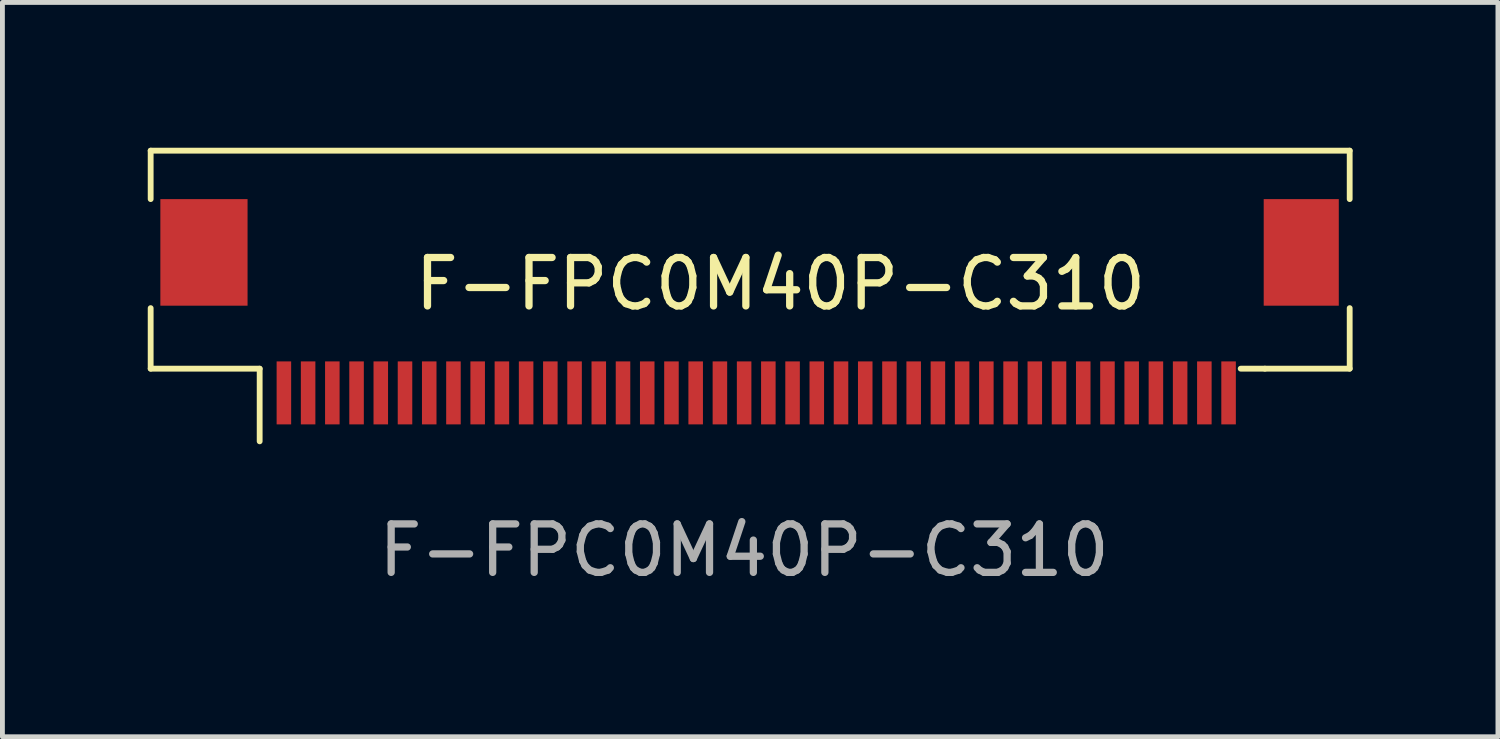
<source format=kicad_pcb>
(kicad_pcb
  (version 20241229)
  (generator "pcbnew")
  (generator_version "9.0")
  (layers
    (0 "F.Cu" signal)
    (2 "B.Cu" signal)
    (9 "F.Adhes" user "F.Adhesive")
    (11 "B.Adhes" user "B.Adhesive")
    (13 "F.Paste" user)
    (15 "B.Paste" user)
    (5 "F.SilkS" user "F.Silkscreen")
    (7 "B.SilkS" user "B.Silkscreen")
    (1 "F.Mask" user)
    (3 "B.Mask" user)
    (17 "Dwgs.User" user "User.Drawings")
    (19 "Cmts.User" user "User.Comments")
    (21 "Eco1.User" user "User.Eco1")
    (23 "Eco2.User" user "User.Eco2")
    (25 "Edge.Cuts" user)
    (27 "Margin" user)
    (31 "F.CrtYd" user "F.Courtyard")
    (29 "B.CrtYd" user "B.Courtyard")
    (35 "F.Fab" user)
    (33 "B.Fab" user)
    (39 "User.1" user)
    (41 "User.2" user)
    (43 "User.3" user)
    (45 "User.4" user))
  (footprint "F-FPC0M40P-C310"
    (layer "F.Cu")
    (at 12.56 2.81)
    (property "Reference" "F-FPC0M40P-C310" (at 0.5 0 0) (unlocked yes) (layer "F.SilkS") (effects (font (size 1 1) (thickness 0.15))))
    (attr smd)
    (fp_line (start -12.5 -2.75) (end -12.5 -1.75) (stroke (width 0.12) (type default)) (layer "F.SilkS"))
    (fp_line (start -12.5 0.5) (end -12.5 1.75) (stroke (width 0.12) (type default)) (layer "F.SilkS"))
    (fp_line (start -12.5 1.75) (end -10.25 1.75) (stroke (width 0.12) (type default)) (layer "F.SilkS"))
    (fp_line (start -10.25 1.75) (end -10.25 3.25) (stroke (width 0.12) (type default)) (layer "F.SilkS"))
    (fp_line (start 10 1.75) (end 10.5 1.75) (stroke (width 0.12) (type default)) (layer "F.SilkS"))
    (fp_line (start 10.5 1.75) (end 12.25 1.75) (stroke (width 0.12) (type default)) (layer "F.SilkS"))
    (fp_line (start 12.25 -2.75) (end -12.5 -2.75) (stroke (width 0.12) (type default)) (layer "F.SilkS"))
    (fp_line (start 12.25 -1.75) (end 12.25 -2.75) (stroke (width 0.12) (type default)) (layer "F.SilkS"))
    (fp_line (start 12.25 1.75) (end 12.25 0.5) (stroke (width 0.12) (type default)) (layer "F.SilkS"))
    (fp_text user "${REFERENCE}" (at -0.25 5.5 0) (unlocked yes) (layer "F.Fab") (effects (font (size 1 1) (thickness 0.15))))
    (pad "1" smd rect (at -9.75 2.25) (size 0.3 1.3) (layers "F.Cu" "F.Mask" "F.Paste"))
    (pad "2" smd rect (at -9.25 2.25) (size 0.3 1.3) (layers "F.Cu" "F.Mask" "F.Paste"))
    (pad "3" smd rect (at -8.75 2.25) (size 0.3 1.3) (layers "F.Cu" "F.Mask" "F.Paste"))
    (pad "4" smd rect (at -8.25 2.25) (size 0.3 1.3) (layers "F.Cu" "F.Mask" "F.Paste"))
    (pad "5" smd rect (at -7.75 2.25) (size 0.3 1.3) (layers "F.Cu" "F.Mask" "F.Paste"))
    (pad "6" smd rect (at -7.25 2.25) (size 0.3 1.3) (layers "F.Cu" "F.Mask" "F.Paste"))
    (pad "7" smd rect (at -6.75 2.25) (size 0.3 1.3) (layers "F.Cu" "F.Mask" "F.Paste"))
    (pad "8" smd rect (at -6.25 2.25) (size 0.3 1.3) (layers "F.Cu" "F.Mask" "F.Paste"))
    (pad "9" smd rect (at -5.75 2.25) (size 0.3 1.3) (layers "F.Cu" "F.Mask" "F.Paste"))
    (pad "10" smd rect (at -5.25 2.25) (size 0.3 1.3) (layers "F.Cu" "F.Mask" "F.Paste"))
    (pad "11" smd rect (at -4.75 2.25) (size 0.3 1.3) (layers "F.Cu" "F.Mask" "F.Paste"))
    (pad "12" smd rect (at -4.25 2.25) (size 0.3 1.3) (layers "F.Cu" "F.Mask" "F.Paste"))
    (pad "13" smd rect (at -3.75 2.25) (size 0.3 1.3) (layers "F.Cu" "F.Mask" "F.Paste"))
    (pad "14" smd rect (at -3.25 2.25) (size 0.3 1.3) (layers "F.Cu" "F.Mask" "F.Paste"))
    (pad "15" smd rect (at -2.75 2.25) (size 0.3 1.3) (layers "F.Cu" "F.Mask" "F.Paste"))
    (pad "16" smd rect (at -2.25 2.25) (size 0.3 1.3) (layers "F.Cu" "F.Mask" "F.Paste"))
    (pad "17" smd rect (at -1.75 2.25) (size 0.3 1.3) (layers "F.Cu" "F.Mask" "F.Paste"))
    (pad "18" smd rect (at -1.25 2.25) (size 0.3 1.3) (layers "F.Cu" "F.Mask" "F.Paste"))
    (pad "19" smd rect (at -0.75 2.25) (size 0.3 1.3) (layers "F.Cu" "F.Mask" "F.Paste"))
    (pad "20" smd rect (at -0.25 2.25) (size 0.3 1.3) (layers "F.Cu" "F.Mask" "F.Paste"))
    (pad "21" smd rect (at 0.25 2.25) (size 0.3 1.3) (layers "F.Cu" "F.Mask" "F.Paste"))
    (pad "22" smd rect (at 0.75 2.25) (size 0.3 1.3) (layers "F.Cu" "F.Mask" "F.Paste"))
    (pad "23" smd rect (at 1.25 2.25) (size 0.3 1.3) (layers "F.Cu" "F.Mask" "F.Paste"))
    (pad "24" smd rect (at 1.75 2.25) (size 0.3 1.3) (layers "F.Cu" "F.Mask" "F.Paste"))
    (pad "25" smd rect (at 2.25 2.25) (size 0.3 1.3) (layers "F.Cu" "F.Mask" "F.Paste"))
    (pad "26" smd rect (at 2.75 2.25) (size 0.3 1.3) (layers "F.Cu" "F.Mask" "F.Paste"))
    (pad "27" smd rect (at 3.25 2.25) (size 0.3 1.3) (layers "F.Cu" "F.Mask" "F.Paste"))
    (pad "28" smd rect (at 3.75 2.25) (size 0.3 1.3) (layers "F.Cu" "F.Mask" "F.Paste"))
    (pad "29" smd rect (at 4.25 2.25) (size 0.3 1.3) (layers "F.Cu" "F.Mask" "F.Paste"))
    (pad "30" smd rect (at 4.75 2.25) (size 0.3 1.3) (layers "F.Cu" "F.Mask" "F.Paste"))
    (pad "31" smd rect (at 5.25 2.25) (size 0.3 1.3) (layers "F.Cu" "F.Mask" "F.Paste"))
    (pad "32" smd rect (at 5.75 2.25) (size 0.3 1.3) (layers "F.Cu" "F.Mask" "F.Paste"))
    (pad "33" smd rect (at 6.25 2.25) (size 0.3 1.3) (layers "F.Cu" "F.Mask" "F.Paste"))
    (pad "34" smd rect (at 6.75 2.25) (size 0.3 1.3) (layers "F.Cu" "F.Mask" "F.Paste"))
    (pad "35" smd rect (at 7.25 2.25) (size 0.3 1.3) (layers "F.Cu" "F.Mask" "F.Paste"))
    (pad "36" smd rect (at 7.75 2.25) (size 0.3 1.3) (layers "F.Cu" "F.Mask" "F.Paste"))
    (pad "37" smd rect (at 8.25 2.25) (size 0.3 1.3) (layers "F.Cu" "F.Mask" "F.Paste"))
    (pad "38" smd rect (at 8.75 2.25) (size 0.3 1.3) (layers "F.Cu" "F.Mask" "F.Paste"))
    (pad "39" smd rect (at 9.25 2.25) (size 0.3 1.3) (layers "F.Cu" "F.Mask" "F.Paste"))
    (pad "40" smd rect (at 9.75 2.25) (size 0.3 1.3) (layers "F.Cu" "F.Mask" "F.Paste"))
    (pad "MP" smd rect (at -11.4 -0.65) (size 1.8 2.2) (layers "F.Cu" "F.Mask" "F.Paste"))
    (pad "MP" smd rect (at 11.25 -0.65) (size 1.55 2.2) (layers "F.Cu" "F.Mask" "F.Paste")))
  (gr_rect
    (start -3 -3)
    (end 27.87 12.158)
    (stroke (width 0.1) (type default))
    (fill no)
    (layer "Edge.Cuts")))
</source>
